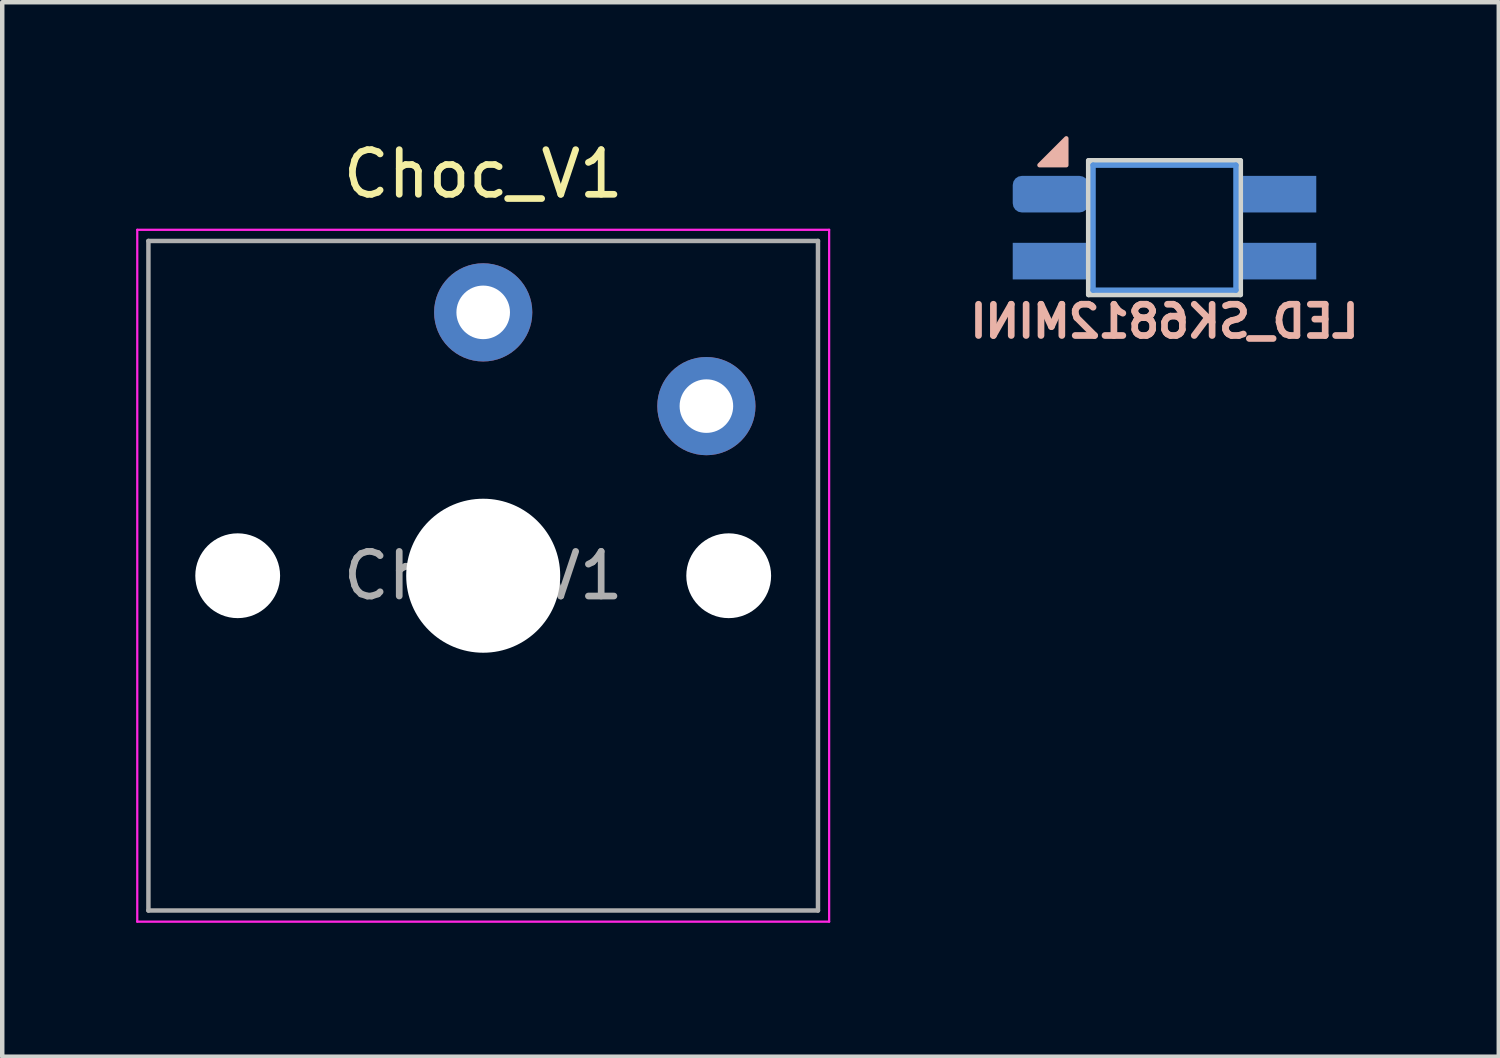
<source format=kicad_pcb>
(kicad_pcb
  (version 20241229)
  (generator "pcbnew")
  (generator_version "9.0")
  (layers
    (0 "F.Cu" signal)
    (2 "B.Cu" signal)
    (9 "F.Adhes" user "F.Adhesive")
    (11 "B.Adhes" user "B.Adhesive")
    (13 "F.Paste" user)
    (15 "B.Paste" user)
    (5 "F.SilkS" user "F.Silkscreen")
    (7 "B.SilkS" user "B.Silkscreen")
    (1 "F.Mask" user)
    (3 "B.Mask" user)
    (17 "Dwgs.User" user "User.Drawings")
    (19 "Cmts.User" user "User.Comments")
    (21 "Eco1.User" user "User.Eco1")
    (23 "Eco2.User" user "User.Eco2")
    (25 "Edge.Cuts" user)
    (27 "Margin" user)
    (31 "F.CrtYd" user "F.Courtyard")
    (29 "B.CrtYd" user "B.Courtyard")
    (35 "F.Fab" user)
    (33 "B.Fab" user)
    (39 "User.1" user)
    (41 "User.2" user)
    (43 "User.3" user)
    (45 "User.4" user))
  (footprint "Choc_V1"
    (layer "F.Cu")
    (at 7.775 9.848)
    (property "Reference" "Choc_V1" (at 0 -9 180) (layer "F.SilkS") (effects (font (size 1 1) (thickness 0.15))))
    (attr through_hole)
    (fp_line (start -7.25 -7.25) (end -7.25 7.25) (stroke (width 0.1) (type solid)) (layer "Eco1.User"))
    (fp_line (start -7.25 7.25) (end 7.25 7.25) (stroke (width 0.1) (type solid)) (layer "Eco1.User"))
    (fp_line (start 7.25 -7.25) (end -7.25 -7.25) (stroke (width 0.1) (type solid)) (layer "Eco1.User"))
    (fp_line (start 7.25 7.25) (end 7.25 -7.25) (stroke (width 0.1) (type solid)) (layer "Eco1.User"))
    (fp_line (start -7.75 -7.75) (end -7.75 7.75) (stroke (width 0.05) (type solid)) (layer "F.CrtYd"))
    (fp_line (start -7.75 7.75) (end 7.75 7.75) (stroke (width 0.05) (type solid)) (layer "F.CrtYd"))
    (fp_line (start 7.75 -7.75) (end -7.75 -7.75) (stroke (width 0.05) (type solid)) (layer "F.CrtYd"))
    (fp_line (start 7.75 7.75) (end 7.75 -7.75) (stroke (width 0.05) (type solid)) (layer "F.CrtYd"))
    (fp_line (start -7.5 -7.5) (end -7.5 7.5) (stroke (width 0.1) (type solid)) (layer "F.Fab"))
    (fp_line (start -7.5 7.5) (end 7.5 7.5) (stroke (width 0.1) (type solid)) (layer "F.Fab"))
    (fp_line (start 7.5 -7.5) (end -7.5 -7.5) (stroke (width 0.1) (type solid)) (layer "F.Fab"))
    (fp_line (start 7.5 7.5) (end 7.5 -7.5) (stroke (width 0.1) (type solid)) (layer "F.Fab"))
    (fp_text user "${REFERENCE}" (at 0 0 180) (layer "F.Fab") (effects (font (size 1 1) (thickness 0.15))))
    (pad "" np_thru_hole circle (at -5.5 0) (size 1.9 1.9) (drill 1.9) (layers "*.Cu" "*.Mask"))
    (pad "" np_thru_hole circle (at 0 0) (size 3.45 3.45) (drill 3.45) (layers "*.Cu" "*.Mask"))
    (pad "" np_thru_hole circle (at 5.5 0) (size 1.9 1.9) (drill 1.9) (layers "*.Cu" "*.Mask"))
    (pad "1" thru_hole circle (at 0 -5.9) (size 2.2 2.2) (drill 1.2) (layers "*.Cu" "*.Mask"))
    (pad "2" thru_hole circle (at 5 -3.8) (size 2.2 2.2) (drill 1.2) (layers "*.Cu" "*.Mask")))
  (footprint "LED_SK6812MINI"
    (layer "F.Cu")
    (at 23.038 2.05)
    (property "Reference" "LED_SK6812MINI" (at 0 2.1 0) (unlocked yes) (layer "B.SilkS") (effects (font (size 0.7 0.7) (thickness 0.15)) (justify mirror)))
    (attr through_hole)
    (fp_poly (pts (xy -2.8 -1.4) (xy -2.2 -1.4) (xy -2.2 -2)) (stroke (width 0.1) (type solid)) (fill yes) (layer "B.SilkS"))
    (fp_line (start -1.6 -1.4) (end -1.6 1.4) (stroke (width 0.12) (type solid)) (layer "Cmts.User"))
    (fp_line (start -1.6 1.4) (end 1.6 1.4) (stroke (width 0.12) (type solid)) (layer "Cmts.User"))
    (fp_line (start 1.6 -1.4) (end -1.6 -1.4) (stroke (width 0.12) (type solid)) (layer "Cmts.User"))
    (fp_line (start 1.6 1.4) (end 1.6 -1.4) (stroke (width 0.12) (type solid)) (layer "Cmts.User"))
    (fp_line (start -1.7 -1.5) (end -1.7 1.5) (stroke (width 0.12) (type solid)) (layer "Edge.Cuts"))
    (fp_line (start -1.7 1.5) (end 1.7 1.5) (stroke (width 0.12) (type solid)) (layer "Edge.Cuts"))
    (fp_line (start 1.7 -1.5) (end -1.7 -1.5) (stroke (width 0.12) (type solid)) (layer "Edge.Cuts"))
    (fp_line (start 1.7 1.5) (end 1.7 -1.5) (stroke (width 0.12) (type solid)) (layer "Edge.Cuts"))
    (pad "1" smd rect (at 2.55 0.75) (size 1.7 0.82) (layers "B.Cu" "B.Mask" "B.Paste"))
    (pad "2" smd rect (at 2.55 -0.75) (size 1.7 0.82) (layers "B.Cu" "B.Mask" "B.Paste"))
    (pad "3" smd roundrect (at -2.55 -0.75) (size 1.7 0.82) (layers "B.Cu" "B.Mask" "B.Paste") (roundrect_rratio 0.25))
    (pad "4" smd rect (at -2.55 0.75) (size 1.7 0.82) (layers "B.Cu" "B.Mask" "B.Paste")))
  (gr_rect
    (start -3 -3)
    (end 30.527 20.623)
    (stroke (width 0.1) (type default))
    (fill no)
    (layer "Edge.Cuts")))
</source>
